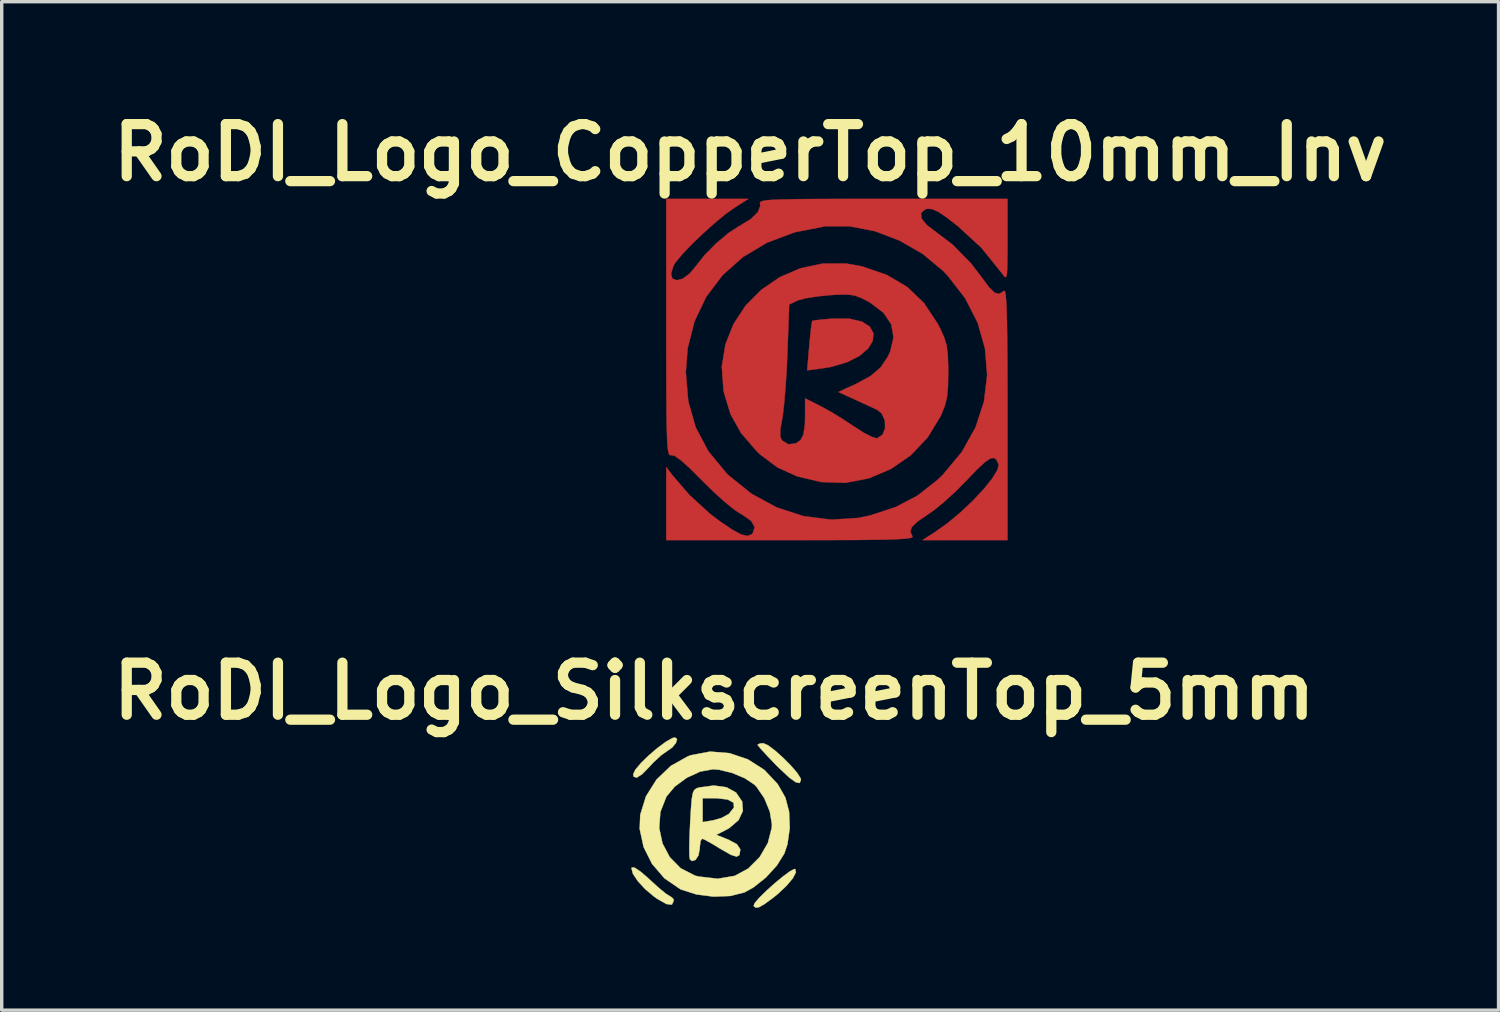
<source format=kicad_pcb>
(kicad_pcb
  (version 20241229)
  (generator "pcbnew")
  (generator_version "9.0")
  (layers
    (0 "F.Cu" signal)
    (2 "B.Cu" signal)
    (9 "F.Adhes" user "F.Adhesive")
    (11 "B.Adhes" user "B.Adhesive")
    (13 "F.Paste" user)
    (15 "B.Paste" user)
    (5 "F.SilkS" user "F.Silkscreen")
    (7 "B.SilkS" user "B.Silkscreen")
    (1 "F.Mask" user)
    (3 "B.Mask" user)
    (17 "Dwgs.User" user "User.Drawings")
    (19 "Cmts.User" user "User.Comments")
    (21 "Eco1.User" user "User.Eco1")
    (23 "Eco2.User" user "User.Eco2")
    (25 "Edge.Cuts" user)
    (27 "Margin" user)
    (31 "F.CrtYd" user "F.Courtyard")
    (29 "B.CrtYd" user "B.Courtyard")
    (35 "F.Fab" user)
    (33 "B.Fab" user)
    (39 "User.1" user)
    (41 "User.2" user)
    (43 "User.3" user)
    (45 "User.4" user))
  (footprint "RoDI_Logo_CopperTop_10mm_Inv"
    (layer "F.Cu")
    (at 21.452 7.768)
    (property "Reference" "RoDI_Logo_CopperTop_10mm_Inv" (at -2.54 -6.35 0) (layer "F.SilkS") (effects (font (size 1.524 1.524) (thickness 0.3))))
    (attr through_hole)
    (fp_poly (pts (xy 0.376 -1.487) (xy 0.736 -1.401) (xy 0.965 -1.253) (xy 1.07 -1.061) (xy 1.052 -0.842) (xy 0.916 -0.616) (xy 0.666 -0.401) (xy 0.305 -0.216) (xy -0.162 -0.078) (xy -0.414 -0.035) (xy -0.871 0.025) (xy -0.809 -0.686) (xy -0.778 -1.013) (xy -0.749 -1.267) (xy -0.727 -1.407) (xy -0.722 -1.422) (xy -0.632 -1.441) (xy -0.418 -1.465) (xy -0.127 -1.491) (xy -0.116 -1.491) (xy 0.376 -1.487)) (stroke (width 0.01) (type solid)) (fill yes) (layer "F.Cu"))
    (fp_poly (pts (xy 0.273 -3.102) (xy 0.741 -3.018) (xy 1.464 -2.768) (xy 2.062 -2.415) (xy 2.551 -1.945) (xy 2.951 -1.342) (xy 3.026 -1.196) (xy 3.14 -0.943) (xy 3.21 -0.714) (xy 3.246 -0.454) (xy 3.259 -0.104) (xy 3.26 0.085) (xy 3.253 0.495) (xy 3.226 0.794) (xy 3.169 1.039) (xy 3.072 1.289) (xy 3.033 1.373) (xy 2.656 1.992) (xy 2.165 2.51) (xy 1.584 2.912) (xy 0.938 3.186) (xy 0.252 3.318) (xy -0.451 3.295) (xy -0.479 3.291) (xy -1.164 3.128) (xy -1.74 2.868) (xy -2.245 2.49) (xy -2.357 2.383) (xy -2.722 1.958) (xy -1.659 1.958) (xy -1.608 2.075) (xy -1.605 2.079) (xy -1.417 2.19) (xy -1.197 2.161) (xy -1.064 2.068) (xy -0.979 1.905) (xy -0.937 1.617) (xy -0.931 1.39) (xy -0.931 0.844) (xy -0.487 1.067) (xy -0.184 1.234) (xy 0.175 1.453) (xy 0.497 1.666) (xy 0.771 1.842) (xy 1.006 1.966) (xy 1.157 2.015) (xy 1.173 2.014) (xy 1.335 1.911) (xy 1.412 1.717) (xy 1.404 1.49) (xy 1.31 1.286) (xy 1.18 1.181) (xy 1.043 1.117) (xy 0.806 1.008) (xy 0.551 0.891) (xy 0.044 0.659) (xy 0.551 0.426) (xy 0.981 0.194) (xy 1.282 -0.062) (xy 1.495 -0.381) (xy 1.561 -0.525) (xy 1.659 -0.941) (xy 1.592 -1.322) (xy 1.363 -1.662) (xy 0.974 -1.957) (xy 0.918 -1.989) (xy 0.69 -2.105) (xy 0.501 -2.171) (xy 0.291 -2.196) (xy 0.004 -2.19) (xy -0.225 -2.175) (xy -0.586 -2.138) (xy -0.908 -2.086) (xy -1.132 -2.028) (xy -1.165 -2.014) (xy -1.397 -1.903) (xy -1.449 -0.465) (xy -1.473 0.055) (xy -1.506 0.554) (xy -1.543 0.993) (xy -1.582 1.329) (xy -1.604 1.465) (xy -1.658 1.77) (xy -1.659 1.958) (xy -2.722 1.958) (xy -2.805 1.861) (xy -3.112 1.314) (xy -3.302 0.694) (xy -3.322 0.595) (xy -3.369 -0.085) (xy -3.264 -0.733) (xy -3.026 -1.334) (xy -2.67 -1.873) (xy -2.213 -2.334) (xy -1.674 -2.703) (xy -1.068 -2.964) (xy -0.414 -3.102) (xy 0.273 -3.102)) (stroke (width 0.01) (type solid)) (fill yes) (layer "F.Cu"))
    (fp_poly (pts (xy -3.01 -4.73) (xy -3.271 -4.542) (xy -3.586 -4.281) (xy -3.921 -3.98) (xy -4.243 -3.671) (xy -4.518 -3.384) (xy -4.713 -3.151) (xy -4.78 -3.048) (xy -4.856 -2.81) (xy -4.818 -2.664) (xy -4.695 -2.612) (xy -4.517 -2.657) (xy -4.316 -2.803) (xy -4.162 -2.986) (xy -3.879 -3.342) (xy -3.532 -3.694) (xy -3.174 -3.996) (xy -2.867 -4.194) (xy -2.527 -4.4) (xy -2.313 -4.606) (xy -2.241 -4.794) (xy -2.249 -4.841) (xy -2.254 -4.879) (xy -2.234 -4.909) (xy -2.174 -4.934) (xy -2.06 -4.954) (xy -1.877 -4.968) (xy -1.611 -4.979) (xy -1.246 -4.987) (xy -0.768 -4.991) (xy -0.163 -4.994) (xy 0.584 -4.995) (xy 1.349 -4.995) (xy 4.995 -4.995) (xy 4.995 -3.789) (xy 4.994 -3.318) (xy 4.989 -2.995) (xy 4.978 -2.799) (xy 4.956 -2.709) (xy 4.921 -2.705) (xy 4.871 -2.765) (xy 4.847 -2.799) (xy 4.227 -3.568) (xy 3.558 -4.183) (xy 3.216 -4.451) (xy 2.969 -4.617) (xy 2.789 -4.697) (xy 2.648 -4.706) (xy 2.582 -4.687) (xy 2.462 -4.578) (xy 2.482 -4.417) (xy 2.631 -4.23) (xy 2.804 -4.1) (xy 3.386 -3.658) (xy 3.926 -3.108) (xy 4.248 -2.688) (xy 4.461 -2.398) (xy 4.623 -2.245) (xy 4.756 -2.215) (xy 4.885 -2.295) (xy 4.894 -2.303) (xy 4.919 -2.293) (xy 4.94 -2.2) (xy 4.957 -2.012) (xy 4.971 -1.719) (xy 4.981 -1.309) (xy 4.988 -0.77) (xy 4.993 -0.091) (xy 4.995 0.739) (xy 4.995 1.295) (xy 4.995 4.995) (xy 2.507 4.995) (xy 2.883 4.753) (xy 3.249 4.492) (xy 3.622 4.18) (xy 3.978 3.844) (xy 4.293 3.509) (xy 4.541 3.201) (xy 4.698 2.946) (xy 4.741 2.795) (xy 4.672 2.638) (xy 4.6 2.589) (xy 4.495 2.603) (xy 4.331 2.715) (xy 4.092 2.938) (xy 3.806 3.236) (xy 3.487 3.559) (xy 3.149 3.868) (xy 2.842 4.12) (xy 2.68 4.233) (xy 2.367 4.446) (xy 2.195 4.611) (xy 2.148 4.75) (xy 2.21 4.879) (xy 2.213 4.908) (xy 2.16 4.931) (xy 2.038 4.95) (xy 1.833 4.965) (xy 1.533 4.977) (xy 1.123 4.985) (xy 0.591 4.991) (xy -0.078 4.994) (xy -0.895 4.995) (xy -1.344 4.995) (xy -4.995 4.995) (xy -4.995 2.856) (xy -4.812 3.1) (xy -4.313 3.678) (xy -3.724 4.217) (xy -3.429 4.442) (xy -3.064 4.689) (xy -2.802 4.83) (xy -2.62 4.873) (xy -2.495 4.827) (xy -2.466 4.796) (xy -2.406 4.617) (xy -2.51 4.432) (xy -2.777 4.245) (xy -2.826 4.22) (xy -3.019 4.092) (xy -3.292 3.869) (xy -3.608 3.584) (xy -3.933 3.265) (xy -3.948 3.249) (xy -4.309 2.889) (xy -4.574 2.651) (xy -4.754 2.526) (xy -4.858 2.506) (xy -4.891 2.507) (xy -4.918 2.473) (xy -4.94 2.391) (xy -4.958 2.245) (xy -4.971 2.023) (xy -4.981 1.709) (xy -4.988 1.289) (xy -4.992 0.75) (xy -4.994 0.084) (xy -4.423 0.084) (xy -4.351 0.932) (xy -4.132 1.699) (xy -3.761 2.396) (xy -3.234 3.034) (xy -3.158 3.109) (xy -2.496 3.641) (xy -1.761 4.038) (xy -0.979 4.292) (xy -0.172 4.396) (xy 0.635 4.345) (xy 0.977 4.272) (xy 1.725 4.026) (xy 2.363 3.69) (xy 2.939 3.238) (xy 3.109 3.075) (xy 3.661 2.41) (xy 4.06 1.692) (xy 4.306 0.939) (xy 4.399 0.167) (xy 4.338 -0.606) (xy 4.124 -1.363) (xy 3.756 -2.086) (xy 3.235 -2.758) (xy 3.116 -2.882) (xy 2.518 -3.38) (xy 1.839 -3.773) (xy 1.114 -4.049) (xy 0.378 -4.193) (xy -0.333 -4.193) (xy -0.339 -4.193) (xy -1.238 -4.017) (xy -2.046 -3.713) (xy -2.753 -3.291) (xy -3.348 -2.76) (xy -3.823 -2.132) (xy -4.166 -1.416) (xy -4.369 -0.624) (xy -4.423 0.084) (xy -4.994 0.084) (xy -4.994 0.077) (xy -4.995 -0.744) (xy -4.995 -1.219) (xy -4.995 -4.995) (xy -2.592 -4.995) (xy -3.01 -4.73)) (stroke (width 0.01) (type solid)) (fill yes) (layer "F.Cu")))
  (footprint "RoDI_Logo_SilkscreenTop_5mm"
    (layer "F.Cu")
    (at 17.86 20.996)
    (property "Reference" "RoDI_Logo_SilkscreenTop_5mm" (at 0 -3.81 0) (layer "F.SilkS") (effects (font (size 1.524 1.524) (thickness 0.3))))
    (attr through_hole)
    (fp_poly (pts (xy 2.372 1.398) (xy 2.392 1.496) (xy 2.3 1.67) (xy 2.115 1.89) (xy 1.86 2.13) (xy 1.717 2.245) (xy 1.46 2.432) (xy 1.299 2.521) (xy 1.204 2.524) (xy 1.154 2.473) (xy 1.191 2.387) (xy 1.329 2.229) (xy 1.534 2.028) (xy 1.772 1.814) (xy 2.009 1.618) (xy 2.211 1.469) (xy 2.344 1.397) (xy 2.372 1.398)) (stroke (width 0.01) (type solid)) (fill yes) (layer "F.SilkS"))
    (fp_poly (pts (xy -1.086 -2.406) (xy -1.122 -2.291) (xy -1.231 -2.159) (xy -1.346 -2.079) (xy -1.547 -1.938) (xy -1.779 -1.725) (xy -1.883 -1.611) (xy -2.106 -1.382) (xy -2.268 -1.278) (xy -2.358 -1.307) (xy -2.371 -1.379) (xy -2.307 -1.513) (xy -2.141 -1.709) (xy -1.911 -1.933) (xy -1.656 -2.151) (xy -1.412 -2.331) (xy -1.218 -2.439) (xy -1.149 -2.455) (xy -1.086 -2.406)) (stroke (width 0.01) (type solid)) (fill yes) (layer "F.SilkS"))
    (fp_poly (pts (xy 1.573 -2.227) (xy 1.777 -2.075) (xy 2.013 -1.865) (xy 2.242 -1.635) (xy 2.427 -1.421) (xy 2.53 -1.259) (xy 2.54 -1.218) (xy 2.504 -1.121) (xy 2.391 -1.142) (xy 2.192 -1.286) (xy 1.901 -1.558) (xy 1.799 -1.66) (xy 1.564 -1.904) (xy 1.383 -2.101) (xy 1.282 -2.221) (xy 1.27 -2.242) (xy 1.341 -2.278) (xy 1.438 -2.286) (xy 1.573 -2.227)) (stroke (width 0.01) (type solid)) (fill yes) (layer "F.SilkS"))
    (fp_poly (pts (xy -2.326 1.359) (xy -2.15 1.477) (xy -1.906 1.688) (xy -1.861 1.731) (xy -1.619 1.951) (xy -1.418 2.116) (xy -1.292 2.197) (xy -1.276 2.201) (xy -1.196 2.27) (xy -1.185 2.328) (xy -1.239 2.44) (xy -1.399 2.422) (xy -1.663 2.273) (xy -1.754 2.209) (xy -2.018 1.988) (xy -2.235 1.753) (xy -2.378 1.539) (xy -2.421 1.381) (xy -2.41 1.35) (xy -2.326 1.359)) (stroke (width 0.01) (type solid)) (fill yes) (layer "F.SilkS"))
    (fp_poly (pts (xy 0.36 -0.997) (xy 0.638 -0.843) (xy 0.639 -0.843) (xy 0.818 -0.581) (xy 0.84 -0.303) (xy 0.713 -0.034) (xy 0.443 0.197) (xy 0.367 0.24) (xy 0.062 0.396) (xy 0.412 0.536) (xy 0.663 0.669) (xy 0.76 0.812) (xy 0.762 0.841) (xy 0.739 0.988) (xy 0.656 1.035) (xy 0.488 0.981) (xy 0.213 0.824) (xy 0.171 0.798) (xy -0.077 0.648) (xy -0.268 0.543) (xy -0.356 0.508) (xy -0.401 0.582) (xy -0.423 0.764) (xy -0.423 0.795) (xy -0.46 0.997) (xy -0.548 1.131) (xy -0.653 1.163) (xy -0.714 1.109) (xy -0.727 1.002) (xy -0.729 0.762) (xy -0.721 0.425) (xy -0.704 0.053) (xy -0.68 -0.368) (xy -0.657 -0.651) (xy -0.652 -0.677) (xy -0.339 -0.677) (xy -0.339 0.022) (xy -0.032 -0.028) (xy 0.221 -0.101) (xy 0.423 -0.212) (xy 0.434 -0.221) (xy 0.58 -0.406) (xy 0.566 -0.546) (xy 0.395 -0.638) (xy 0.072 -0.676) (xy -0.007 -0.677) (xy -0.339 -0.677) (xy -0.652 -0.677) (xy -0.626 -0.825) (xy -0.581 -0.92) (xy -0.512 -0.968) (xy -0.431 -0.992) (xy -0.012 -1.048) (xy 0.36 -0.997)) (stroke (width 0.01) (type solid)) (fill yes) (layer "F.SilkS"))
    (fp_poly (pts (xy 0.445 -1.996) (xy 0.985 -1.814) (xy 1.467 -1.507) (xy 1.859 -1.09) (xy 2.084 -0.695) (xy 2.193 -0.281) (xy 2.212 0.201) (xy 2.144 0.675) (xy 2.055 0.941) (xy 1.835 1.294) (xy 1.514 1.645) (xy 1.148 1.937) (xy 0.882 2.083) (xy 0.468 2.186) (xy -0.022 2.205) (xy -0.521 2.141) (xy -0.962 2) (xy -1.002 1.981) (xy -1.458 1.668) (xy -1.819 1.247) (xy -2.066 0.755) (xy -2.181 0.226) (xy -2.18 0.194) (xy -1.61 0.194) (xy -1.514 0.646) (xy -1.301 1.049) (xy -0.982 1.374) (xy -0.57 1.586) (xy -0.467 1.615) (xy 0.105 1.681) (xy 0.601 1.597) (xy 0.997 1.382) (xy 1.332 1.046) (xy 1.572 0.633) (xy 1.685 0.189) (xy 1.69 0.085) (xy 1.628 -0.285) (xy 1.467 -0.676) (xy 1.242 -1.006) (xy 1.173 -1.077) (xy 0.89 -1.264) (xy 0.518 -1.419) (xy 0.136 -1.511) (xy -0.036 -1.524) (xy -0.41 -1.456) (xy -0.803 -1.275) (xy -1.154 -1.017) (xy -1.398 -0.725) (xy -1.576 -0.274) (xy -1.61 0.194) (xy -2.18 0.194) (xy -2.165 -0.192) (xy -1.997 -0.733) (xy -1.689 -1.222) (xy -1.27 -1.623) (xy -0.77 -1.903) (xy -0.686 -1.934) (xy -0.122 -2.041) (xy 0.445 -1.996)) (stroke (width 0.01) (type solid)) (fill yes) (layer "F.SilkS")))
  (gr_rect
    (start -3 -3)
    (end 40.824 26.525)
    (stroke (width 0.1) (type default))
    (fill no)
    (layer "Edge.Cuts")))
</source>
